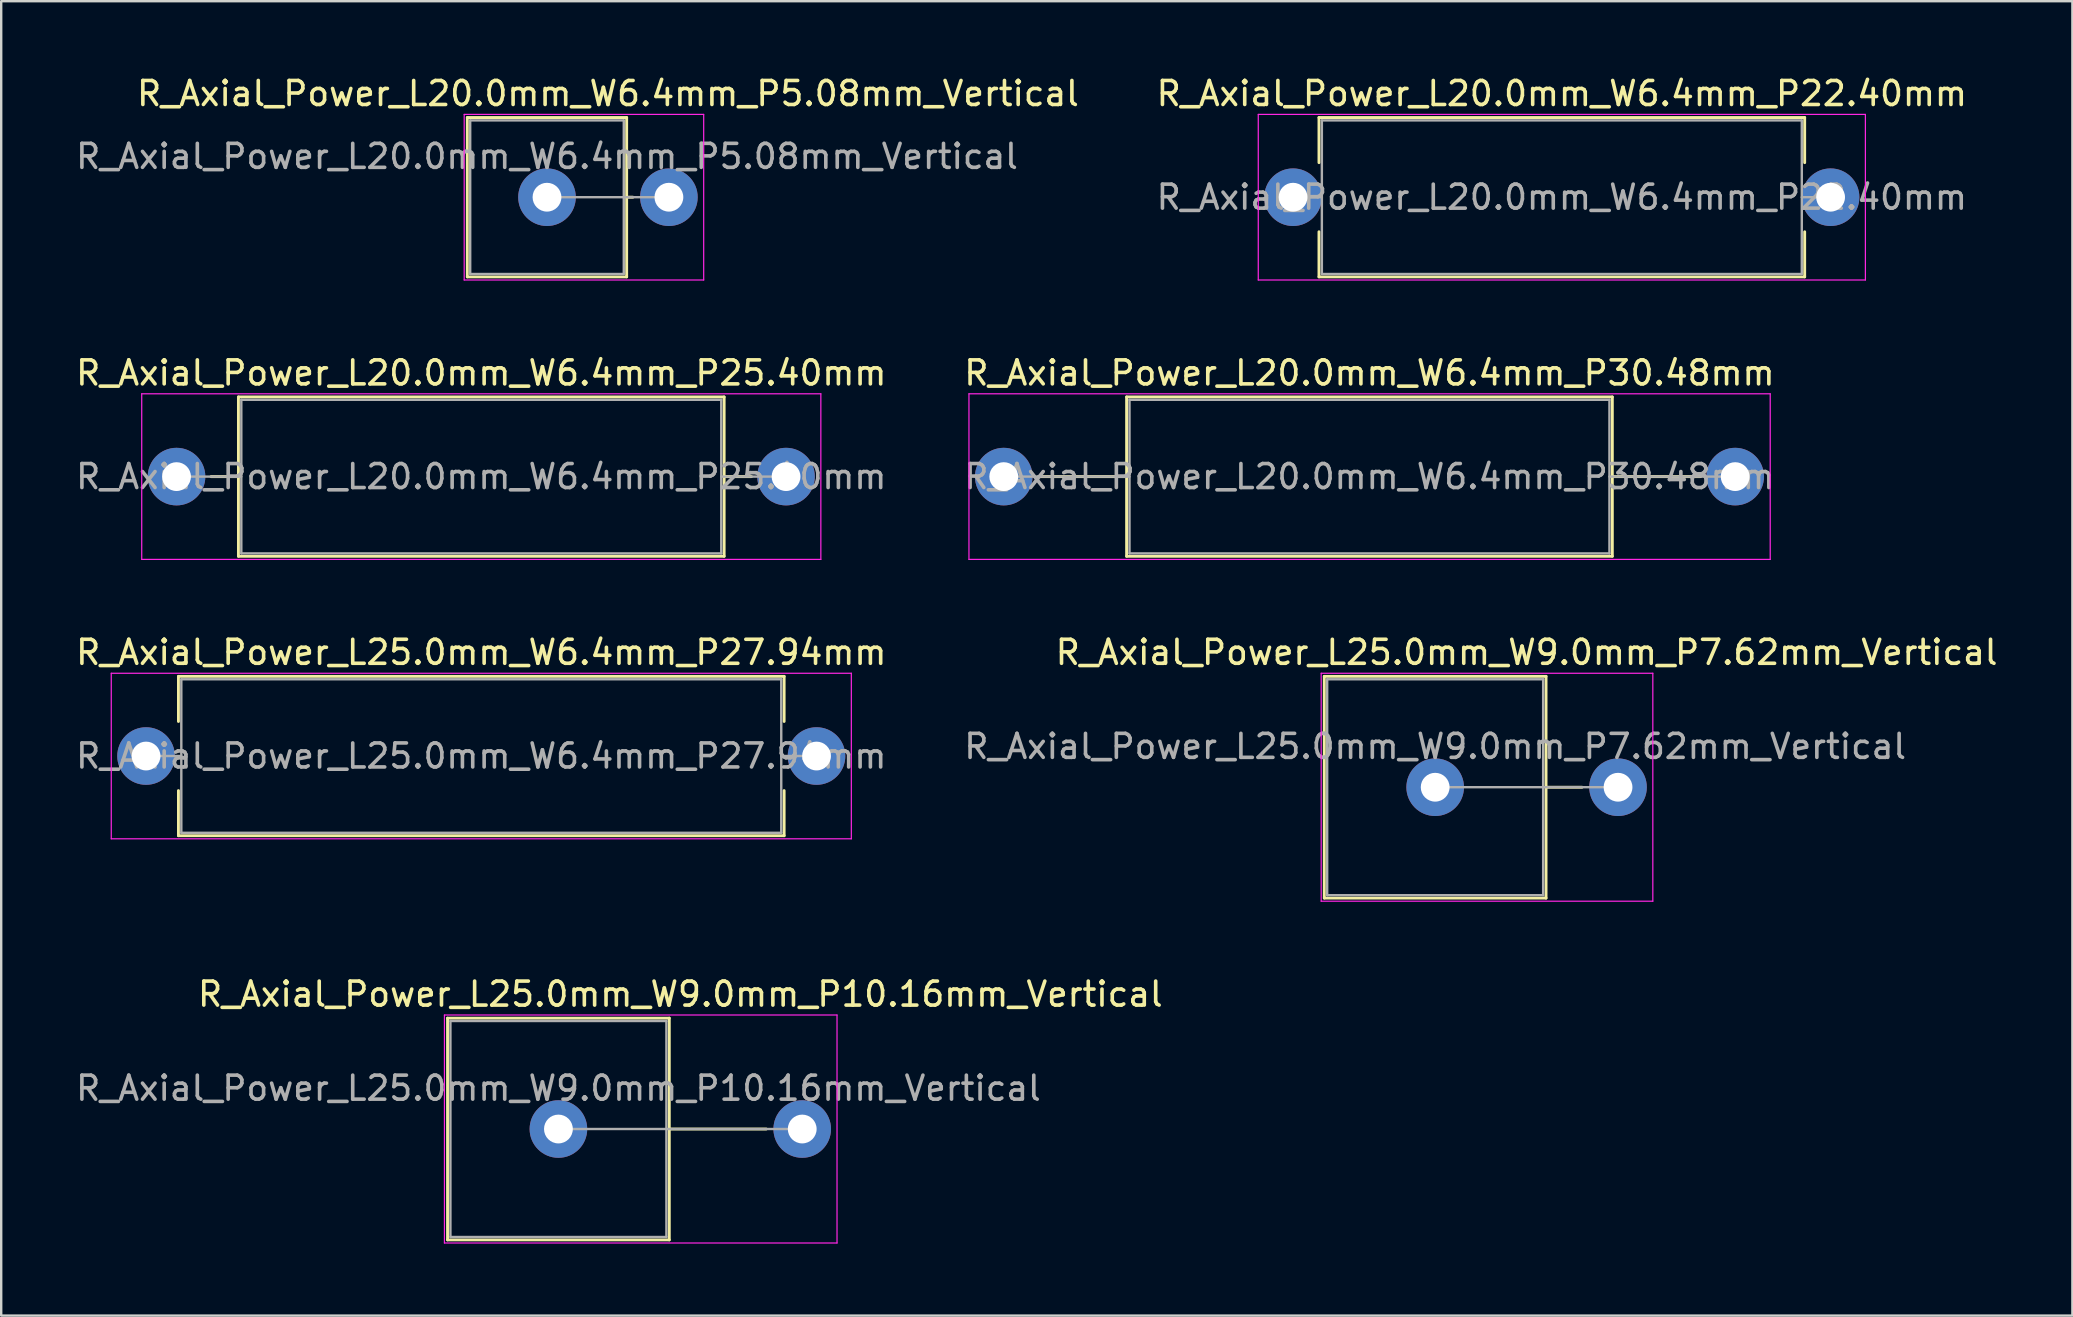
<source format=kicad_pcb>
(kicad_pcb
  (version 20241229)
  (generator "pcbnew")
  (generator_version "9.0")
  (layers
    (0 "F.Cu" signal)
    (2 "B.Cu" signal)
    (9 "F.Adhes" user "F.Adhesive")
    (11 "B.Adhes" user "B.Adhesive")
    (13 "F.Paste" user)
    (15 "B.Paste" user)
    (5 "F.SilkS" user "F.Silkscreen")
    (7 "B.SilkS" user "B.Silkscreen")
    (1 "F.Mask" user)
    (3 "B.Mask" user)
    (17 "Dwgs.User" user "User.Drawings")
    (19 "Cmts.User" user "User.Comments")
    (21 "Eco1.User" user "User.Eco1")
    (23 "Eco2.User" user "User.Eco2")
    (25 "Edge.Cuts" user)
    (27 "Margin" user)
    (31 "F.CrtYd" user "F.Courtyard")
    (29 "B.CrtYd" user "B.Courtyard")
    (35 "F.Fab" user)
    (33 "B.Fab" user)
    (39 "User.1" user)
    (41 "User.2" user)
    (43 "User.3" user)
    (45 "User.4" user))
  (footprint "R_Axial_Power_L20.0mm_W6.4mm_P25.40mm"
    (layer "F.Cu")
    (at 4.306 16.811)
    (property "Reference" "R_Axial_Power_L20.0mm_W6.4mm_P25.40mm" (at 12.7 -4.32 0) (layer "F.SilkS") (effects (font (size 1 1) (thickness 0.15))))
    (attr through_hole)
    (fp_line (start 1.44 0) (end 2.58 0) (stroke (width 0.12) (type solid)) (layer "F.SilkS"))
    (fp_line (start 2.58 -3.32) (end 2.58 3.32) (stroke (width 0.12) (type solid)) (layer "F.SilkS"))
    (fp_line (start 2.58 3.32) (end 22.82 3.32) (stroke (width 0.12) (type solid)) (layer "F.SilkS"))
    (fp_line (start 22.82 -3.32) (end 2.58 -3.32) (stroke (width 0.12) (type solid)) (layer "F.SilkS"))
    (fp_line (start 22.82 3.32) (end 22.82 -3.32) (stroke (width 0.12) (type solid)) (layer "F.SilkS"))
    (fp_line (start 23.96 0) (end 22.82 0) (stroke (width 0.12) (type solid)) (layer "F.SilkS"))
    (fp_line (start -1.45 -3.45) (end -1.45 3.45) (stroke (width 0.05) (type solid)) (layer "F.CrtYd"))
    (fp_line (start -1.45 3.45) (end 26.85 3.45) (stroke (width 0.05) (type solid)) (layer "F.CrtYd"))
    (fp_line (start 26.85 -3.45) (end -1.45 -3.45) (stroke (width 0.05) (type solid)) (layer "F.CrtYd"))
    (fp_line (start 26.85 3.45) (end 26.85 -3.45) (stroke (width 0.05) (type solid)) (layer "F.CrtYd"))
    (fp_line (start 0 0) (end 2.7 0) (stroke (width 0.1) (type solid)) (layer "F.Fab"))
    (fp_line (start 2.7 -3.2) (end 2.7 3.2) (stroke (width 0.1) (type solid)) (layer "F.Fab"))
    (fp_line (start 2.7 3.2) (end 22.7 3.2) (stroke (width 0.1) (type solid)) (layer "F.Fab"))
    (fp_line (start 22.7 -3.2) (end 2.7 -3.2) (stroke (width 0.1) (type solid)) (layer "F.Fab"))
    (fp_line (start 22.7 3.2) (end 22.7 -3.2) (stroke (width 0.1) (type solid)) (layer "F.Fab"))
    (fp_line (start 25.4 0) (end 22.7 0) (stroke (width 0.1) (type solid)) (layer "F.Fab"))
    (fp_text user "${REFERENCE}" (at 12.7 0 0) (layer "F.Fab") (effects (font (size 1 1) (thickness 0.15))))
    (pad "1" thru_hole circle (at 0 0) (size 2.4 2.4) (drill 1.2) (layers "*.Cu" "*.Mask"))
    (pad "2" thru_hole oval (at 25.4 0) (size 2.4 2.4) (drill 1.2) (layers "*.Cu" "*.Mask")))
  (footprint "R_Axial_Power_L20.0mm_W6.4mm_P5.08mm_Vertical"
    (layer "F.Cu")
    (at 19.744 5.168)
    (property "Reference" "R_Axial_Power_L20.0mm_W6.4mm_P5.08mm_Vertical" (at 2.54 -4.32 0) (layer "F.SilkS") (effects (font (size 1 1) (thickness 0.15))))
    (attr through_hole)
    (fp_line (start -3.32 -3.32) (end -3.32 3.32) (stroke (width 0.12) (type solid)) (layer "F.SilkS"))
    (fp_line (start -3.32 3.32) (end 3.32 3.32) (stroke (width 0.12) (type solid)) (layer "F.SilkS"))
    (fp_line (start 3.32 -3.32) (end -3.32 -3.32) (stroke (width 0.12) (type solid)) (layer "F.SilkS"))
    (fp_line (start 3.32 0) (end 3.58 0) (stroke (width 0.12) (type solid)) (layer "F.SilkS"))
    (fp_line (start 3.32 3.32) (end 3.32 -3.32) (stroke (width 0.12) (type solid)) (layer "F.SilkS"))
    (fp_line (start -3.45 -3.45) (end -3.45 3.45) (stroke (width 0.05) (type solid)) (layer "F.CrtYd"))
    (fp_line (start -3.45 3.45) (end 6.53 3.45) (stroke (width 0.05) (type solid)) (layer "F.CrtYd"))
    (fp_line (start 6.53 -3.45) (end -3.45 -3.45) (stroke (width 0.05) (type solid)) (layer "F.CrtYd"))
    (fp_line (start 6.53 3.45) (end 6.53 -3.45) (stroke (width 0.05) (type solid)) (layer "F.CrtYd"))
    (fp_line (start -3.2 -3.2) (end -3.2 3.2) (stroke (width 0.1) (type solid)) (layer "F.Fab"))
    (fp_line (start -3.2 3.2) (end 3.2 3.2) (stroke (width 0.1) (type solid)) (layer "F.Fab"))
    (fp_line (start 0 0) (end 5.08 0) (stroke (width 0.1) (type solid)) (layer "F.Fab"))
    (fp_line (start 3.2 -3.2) (end -3.2 -3.2) (stroke (width 0.1) (type solid)) (layer "F.Fab"))
    (fp_line (start 3.2 3.2) (end 3.2 -3.2) (stroke (width 0.1) (type solid)) (layer "F.Fab"))
    (fp_text user "${REFERENCE}" (at 0 -1.7 0) (layer "F.Fab") (effects (font (size 1 1) (thickness 0.15))))
    (pad "1" thru_hole circle (at 0 0) (size 2.4 2.4) (drill 1.2) (layers "*.Cu" "*.Mask"))
    (pad "2" thru_hole oval (at 5.08 0) (size 2.4 2.4) (drill 1.2) (layers "*.Cu" "*.Mask")))
  (footprint "R_Axial_Power_L25.0mm_W9.0mm_P10.16mm_Vertical"
    (layer "F.Cu")
    (at 20.22 43.998)
    (property "Reference" "R_Axial_Power_L25.0mm_W9.0mm_P10.16mm_Vertical" (at 5.08 -5.62 0) (layer "F.SilkS") (effects (font (size 1 1) (thickness 0.15))))
    (attr through_hole)
    (fp_line (start -4.62 -4.62) (end -4.62 4.62) (stroke (width 0.12) (type solid)) (layer "F.SilkS"))
    (fp_line (start -4.62 4.62) (end 4.62 4.62) (stroke (width 0.12) (type solid)) (layer "F.SilkS"))
    (fp_line (start 4.62 -4.62) (end -4.62 -4.62) (stroke (width 0.12) (type solid)) (layer "F.SilkS"))
    (fp_line (start 4.62 0) (end 8.66 0) (stroke (width 0.12) (type solid)) (layer "F.SilkS"))
    (fp_line (start 4.62 4.62) (end 4.62 -4.62) (stroke (width 0.12) (type solid)) (layer "F.SilkS"))
    (fp_line (start -4.75 -4.75) (end -4.75 4.75) (stroke (width 0.05) (type solid)) (layer "F.CrtYd"))
    (fp_line (start -4.75 4.75) (end 11.61 4.75) (stroke (width 0.05) (type solid)) (layer "F.CrtYd"))
    (fp_line (start 11.61 -4.75) (end -4.75 -4.75) (stroke (width 0.05) (type solid)) (layer "F.CrtYd"))
    (fp_line (start 11.61 4.75) (end 11.61 -4.75) (stroke (width 0.05) (type solid)) (layer "F.CrtYd"))
    (fp_line (start -4.5 -4.5) (end -4.5 4.5) (stroke (width 0.1) (type solid)) (layer "F.Fab"))
    (fp_line (start -4.5 4.5) (end 4.5 4.5) (stroke (width 0.1) (type solid)) (layer "F.Fab"))
    (fp_line (start 0 0) (end 10.16 0) (stroke (width 0.1) (type solid)) (layer "F.Fab"))
    (fp_line (start 4.5 -4.5) (end -4.5 -4.5) (stroke (width 0.1) (type solid)) (layer "F.Fab"))
    (fp_line (start 4.5 4.5) (end 4.5 -4.5) (stroke (width 0.1) (type solid)) (layer "F.Fab"))
    (fp_text user "${REFERENCE}" (at 0 -1.7 0) (layer "F.Fab") (effects (font (size 1 1) (thickness 0.15))))
    (pad "1" thru_hole circle (at 0 0) (size 2.4 2.4) (drill 1.2) (layers "*.Cu" "*.Mask"))
    (pad "2" thru_hole oval (at 10.16 0) (size 2.4 2.4) (drill 1.2) (layers "*.Cu" "*.Mask")))
  (footprint "R_Axial_Power_L20.0mm_W6.4mm_P30.48mm"
    (layer "F.Cu")
    (at 38.778 16.811)
    (property "Reference" "R_Axial_Power_L20.0mm_W6.4mm_P30.48mm" (at 15.24 -4.32 0) (layer "F.SilkS") (effects (font (size 1 1) (thickness 0.15))))
    (attr through_hole)
    (fp_line (start 1.44 0) (end 5.12 0) (stroke (width 0.12) (type solid)) (layer "F.SilkS"))
    (fp_line (start 5.12 -3.32) (end 5.12 3.32) (stroke (width 0.12) (type solid)) (layer "F.SilkS"))
    (fp_line (start 5.12 3.32) (end 25.36 3.32) (stroke (width 0.12) (type solid)) (layer "F.SilkS"))
    (fp_line (start 25.36 -3.32) (end 5.12 -3.32) (stroke (width 0.12) (type solid)) (layer "F.SilkS"))
    (fp_line (start 25.36 3.32) (end 25.36 -3.32) (stroke (width 0.12) (type solid)) (layer "F.SilkS"))
    (fp_line (start 29.04 0) (end 25.36 0) (stroke (width 0.12) (type solid)) (layer "F.SilkS"))
    (fp_line (start -1.45 -3.45) (end -1.45 3.45) (stroke (width 0.05) (type solid)) (layer "F.CrtYd"))
    (fp_line (start -1.45 3.45) (end 31.94 3.45) (stroke (width 0.05) (type solid)) (layer "F.CrtYd"))
    (fp_line (start 31.94 -3.45) (end -1.45 -3.45) (stroke (width 0.05) (type solid)) (layer "F.CrtYd"))
    (fp_line (start 31.94 3.45) (end 31.94 -3.45) (stroke (width 0.05) (type solid)) (layer "F.CrtYd"))
    (fp_line (start 0 0) (end 5.24 0) (stroke (width 0.1) (type solid)) (layer "F.Fab"))
    (fp_line (start 5.24 -3.2) (end 5.24 3.2) (stroke (width 0.1) (type solid)) (layer "F.Fab"))
    (fp_line (start 5.24 3.2) (end 25.24 3.2) (stroke (width 0.1) (type solid)) (layer "F.Fab"))
    (fp_line (start 25.24 -3.2) (end 5.24 -3.2) (stroke (width 0.1) (type solid)) (layer "F.Fab"))
    (fp_line (start 25.24 3.2) (end 25.24 -3.2) (stroke (width 0.1) (type solid)) (layer "F.Fab"))
    (fp_line (start 30.48 0) (end 25.24 0) (stroke (width 0.1) (type solid)) (layer "F.Fab"))
    (fp_text user "${REFERENCE}" (at 15.24 0 0) (layer "F.Fab") (effects (font (size 1 1) (thickness 0.15))))
    (pad "1" thru_hole circle (at 0 0) (size 2.4 2.4) (drill 1.2) (layers "*.Cu" "*.Mask"))
    (pad "2" thru_hole oval (at 30.48 0) (size 2.4 2.4) (drill 1.2) (layers "*.Cu" "*.Mask")))
  (footprint "R_Axial_Power_L25.0mm_W6.4mm_P27.94mm"
    (layer "F.Cu")
    (at 3.036 28.455)
    (property "Reference" "R_Axial_Power_L25.0mm_W6.4mm_P27.94mm" (at 13.97 -4.32 0) (layer "F.SilkS") (effects (font (size 1 1) (thickness 0.15))))
    (attr through_hole)
    (fp_line (start 1.35 -3.32) (end 26.59 -3.32) (stroke (width 0.12) (type solid)) (layer "F.SilkS"))
    (fp_line (start 1.35 -1.44) (end 1.35 -3.32) (stroke (width 0.12) (type solid)) (layer "F.SilkS"))
    (fp_line (start 1.35 1.44) (end 1.35 3.32) (stroke (width 0.12) (type solid)) (layer "F.SilkS"))
    (fp_line (start 1.35 3.32) (end 26.59 3.32) (stroke (width 0.12) (type solid)) (layer "F.SilkS"))
    (fp_line (start 26.59 -3.32) (end 26.59 -1.44) (stroke (width 0.12) (type solid)) (layer "F.SilkS"))
    (fp_line (start 26.59 3.32) (end 26.59 1.44) (stroke (width 0.12) (type solid)) (layer "F.SilkS"))
    (fp_line (start -1.45 -3.45) (end -1.45 3.45) (stroke (width 0.05) (type solid)) (layer "F.CrtYd"))
    (fp_line (start -1.45 3.45) (end 29.39 3.45) (stroke (width 0.05) (type solid)) (layer "F.CrtYd"))
    (fp_line (start 29.39 -3.45) (end -1.45 -3.45) (stroke (width 0.05) (type solid)) (layer "F.CrtYd"))
    (fp_line (start 29.39 3.45) (end 29.39 -3.45) (stroke (width 0.05) (type solid)) (layer "F.CrtYd"))
    (fp_line (start 0 0) (end 1.47 0) (stroke (width 0.1) (type solid)) (layer "F.Fab"))
    (fp_line (start 1.47 -3.2) (end 1.47 3.2) (stroke (width 0.1) (type solid)) (layer "F.Fab"))
    (fp_line (start 1.47 3.2) (end 26.47 3.2) (stroke (width 0.1) (type solid)) (layer "F.Fab"))
    (fp_line (start 26.47 -3.2) (end 1.47 -3.2) (stroke (width 0.1) (type solid)) (layer "F.Fab"))
    (fp_line (start 26.47 3.2) (end 26.47 -3.2) (stroke (width 0.1) (type solid)) (layer "F.Fab"))
    (fp_line (start 27.94 0) (end 26.47 0) (stroke (width 0.1) (type solid)) (layer "F.Fab"))
    (fp_text user "${REFERENCE}" (at 13.97 0 0) (layer "F.Fab") (effects (font (size 1 1) (thickness 0.15))))
    (pad "1" thru_hole circle (at 0 0) (size 2.4 2.4) (drill 1.2) (layers "*.Cu" "*.Mask"))
    (pad "2" thru_hole oval (at 27.94 0) (size 2.4 2.4) (drill 1.2) (layers "*.Cu" "*.Mask")))
  (footprint "R_Axial_Power_L20.0mm_W6.4mm_P22.40mm"
    (layer "F.Cu")
    (at 50.834 5.168)
    (property "Reference" "R_Axial_Power_L20.0mm_W6.4mm_P22.40mm" (at 11.2 -4.32 0) (layer "F.SilkS") (effects (font (size 1 1) (thickness 0.15))))
    (attr through_hole)
    (fp_line (start 1.08 -3.32) (end 21.32 -3.32) (stroke (width 0.12) (type solid)) (layer "F.SilkS"))
    (fp_line (start 1.08 -1.44) (end 1.08 -3.32) (stroke (width 0.12) (type solid)) (layer "F.SilkS"))
    (fp_line (start 1.08 1.44) (end 1.08 3.32) (stroke (width 0.12) (type solid)) (layer "F.SilkS"))
    (fp_line (start 1.08 3.32) (end 21.32 3.32) (stroke (width 0.12) (type solid)) (layer "F.SilkS"))
    (fp_line (start 21.32 -3.32) (end 21.32 -1.44) (stroke (width 0.12) (type solid)) (layer "F.SilkS"))
    (fp_line (start 21.32 3.32) (end 21.32 1.44) (stroke (width 0.12) (type solid)) (layer "F.SilkS"))
    (fp_line (start -1.45 -3.45) (end -1.45 3.45) (stroke (width 0.05) (type solid)) (layer "F.CrtYd"))
    (fp_line (start -1.45 3.45) (end 23.85 3.45) (stroke (width 0.05) (type solid)) (layer "F.CrtYd"))
    (fp_line (start 23.85 -3.45) (end -1.45 -3.45) (stroke (width 0.05) (type solid)) (layer "F.CrtYd"))
    (fp_line (start 23.85 3.45) (end 23.85 -3.45) (stroke (width 0.05) (type solid)) (layer "F.CrtYd"))
    (fp_line (start 0 0) (end 1.2 0) (stroke (width 0.1) (type solid)) (layer "F.Fab"))
    (fp_line (start 1.2 -3.2) (end 1.2 3.2) (stroke (width 0.1) (type solid)) (layer "F.Fab"))
    (fp_line (start 1.2 3.2) (end 21.2 3.2) (stroke (width 0.1) (type solid)) (layer "F.Fab"))
    (fp_line (start 21.2 -3.2) (end 1.2 -3.2) (stroke (width 0.1) (type solid)) (layer "F.Fab"))
    (fp_line (start 21.2 3.2) (end 21.2 -3.2) (stroke (width 0.1) (type solid)) (layer "F.Fab"))
    (fp_line (start 22.4 0) (end 21.2 0) (stroke (width 0.1) (type solid)) (layer "F.Fab"))
    (fp_text user "${REFERENCE}" (at 11.2 0 0) (layer "F.Fab") (effects (font (size 1 1) (thickness 0.15))))
    (pad "1" thru_hole circle (at 0 0) (size 2.4 2.4) (drill 1.2) (layers "*.Cu" "*.Mask"))
    (pad "2" thru_hole oval (at 22.4 0) (size 2.4 2.4) (drill 1.2) (layers "*.Cu" "*.Mask")))
  (footprint "R_Axial_Power_L25.0mm_W9.0mm_P7.62mm_Vertical"
    (layer "F.Cu")
    (at 56.756 29.755)
    (property "Reference" "R_Axial_Power_L25.0mm_W9.0mm_P7.62mm_Vertical" (at 3.81 -5.62 0) (layer "F.SilkS") (effects (font (size 1 1) (thickness 0.15))))
    (attr through_hole)
    (fp_line (start -4.62 -4.62) (end -4.62 4.62) (stroke (width 0.12) (type solid)) (layer "F.SilkS"))
    (fp_line (start -4.62 4.62) (end 4.62 4.62) (stroke (width 0.12) (type solid)) (layer "F.SilkS"))
    (fp_line (start 4.62 -4.62) (end -4.62 -4.62) (stroke (width 0.12) (type solid)) (layer "F.SilkS"))
    (fp_line (start 4.62 0) (end 6.12 0) (stroke (width 0.12) (type solid)) (layer "F.SilkS"))
    (fp_line (start 4.62 4.62) (end 4.62 -4.62) (stroke (width 0.12) (type solid)) (layer "F.SilkS"))
    (fp_line (start -4.75 -4.75) (end -4.75 4.75) (stroke (width 0.05) (type solid)) (layer "F.CrtYd"))
    (fp_line (start -4.75 4.75) (end 9.07 4.75) (stroke (width 0.05) (type solid)) (layer "F.CrtYd"))
    (fp_line (start 9.07 -4.75) (end -4.75 -4.75) (stroke (width 0.05) (type solid)) (layer "F.CrtYd"))
    (fp_line (start 9.07 4.75) (end 9.07 -4.75) (stroke (width 0.05) (type solid)) (layer "F.CrtYd"))
    (fp_line (start -4.5 -4.5) (end -4.5 4.5) (stroke (width 0.1) (type solid)) (layer "F.Fab"))
    (fp_line (start -4.5 4.5) (end 4.5 4.5) (stroke (width 0.1) (type solid)) (layer "F.Fab"))
    (fp_line (start 0 0) (end 7.62 0) (stroke (width 0.1) (type solid)) (layer "F.Fab"))
    (fp_line (start 4.5 -4.5) (end -4.5 -4.5) (stroke (width 0.1) (type solid)) (layer "F.Fab"))
    (fp_line (start 4.5 4.5) (end 4.5 -4.5) (stroke (width 0.1) (type solid)) (layer "F.Fab"))
    (fp_text user "${REFERENCE}" (at 0 -1.7 0) (layer "F.Fab") (effects (font (size 1 1) (thickness 0.15))))
    (pad "1" thru_hole circle (at 0 0) (size 2.4 2.4) (drill 1.2) (layers "*.Cu" "*.Mask"))
    (pad "2" thru_hole oval (at 7.62 0) (size 2.4 2.4) (drill 1.2) (layers "*.Cu" "*.Mask")))
  (gr_rect
    (start -3 -3)
    (end 83.31 51.773)
    (stroke (width 0.1) (type default))
    (fill no)
    (layer "Edge.Cuts")))
</source>
